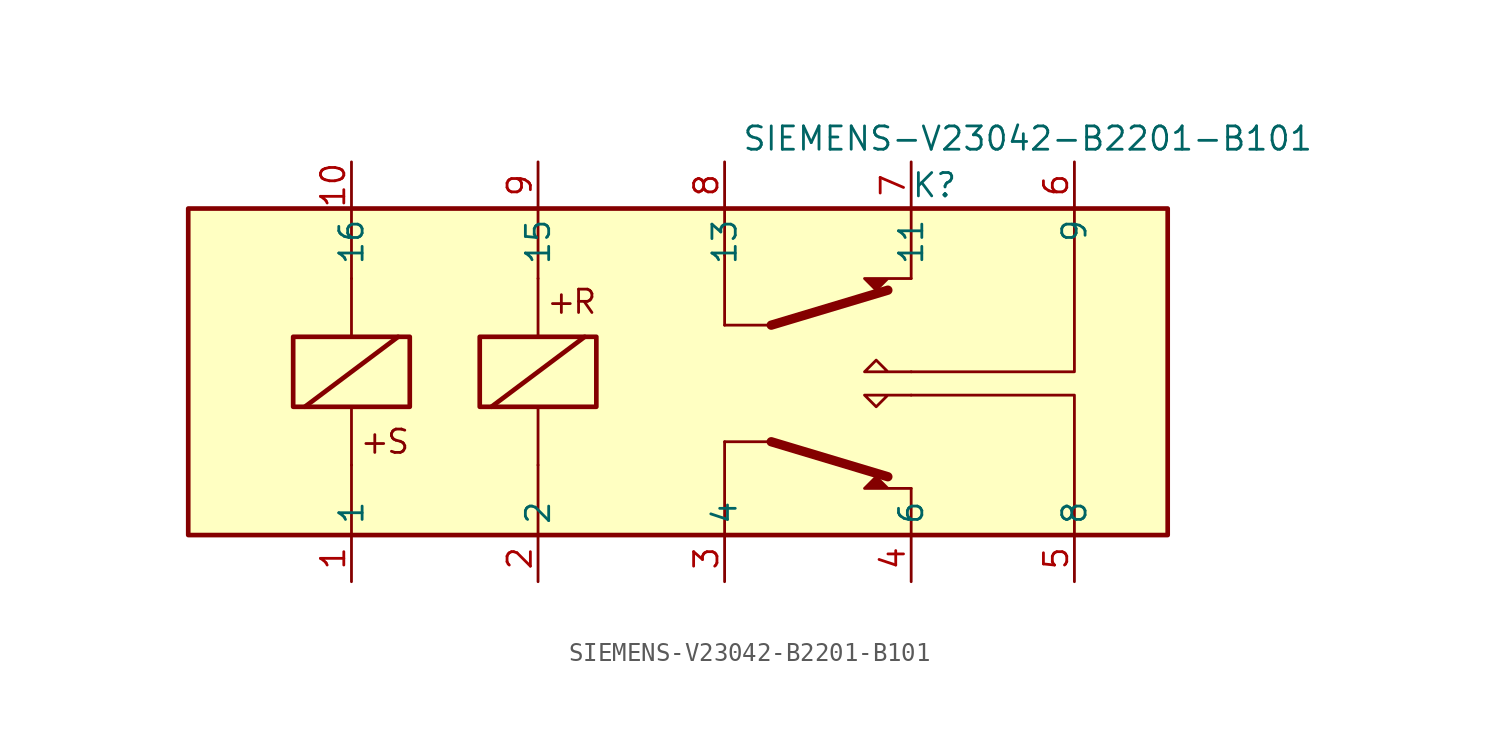
<source format=kicad_sym>
(kicad_symbol_lib
  (version 20211014)
  (generator kicad_symbol_editor)
  (symbol "SIEMENS-V23042-B2201-B101"
    (property "Reference" "K"
      (at 17.78 8.89 0)
      (effects (font (size 1.27 1.27))))
    (property "Value" "SIEMENS-V23042-B2201-B101"
      (at 22.86 11.43 0)
      (effects (font (size 1.27 1.27))))
    (symbol "SIEMENS-V23042-B2201-B101_0_1"
      (polyline (pts (xy -13.97 -6.35) (xy -13.97 -10.16)) (stroke (width 0.152) (type default) (color 0 0 0 0)) (fill (type none)))
      (polyline (pts (xy -13.97 3.81) (xy -13.97 7.62)) (stroke (width 0.152) (type default) (color 0 0 0 0)) (fill (type none)))
      (polyline (pts (xy -3.81 -6.35) (xy -3.81 -10.16)) (stroke (width 0.152) (type default) (color 0 0 0 0)) (fill (type none)))
      (polyline (pts (xy -3.81 3.81) (xy -3.81 7.62)) (stroke (width 0.152) (type default) (color 0 0 0 0)) (fill (type none)))
      (polyline (pts (xy 6.35 -5.08) (xy 6.35 -10.16)) (stroke (width 0.152) (type default) (color 0 0 0 0)) (fill (type none)))
      (polyline (pts (xy 6.35 1.27) (xy 6.35 5.08)) (stroke (width 0.152) (type default) (color 0 0 0 0)) (fill (type none)))
      (polyline (pts (xy 6.35 5.08) (xy 6.35 7.62)) (stroke (width 0.152) (type default) (color 0 0 0 0)) (fill (type none)))
      (polyline (pts (xy 16.51 -7.62) (xy 16.51 -10.16)) (stroke (width 0.152) (type default) (color 0 0 0 0)) (fill (type none)))
      (polyline (pts (xy 16.51 3.81) (xy 16.51 7.62)) (stroke (width 0.152) (type default) (color 0 0 0 0)) (fill (type none)))
      (polyline (pts (xy 16.51 -1.27) (xy 25.4 -1.27) (xy 25.4 7.62)) (stroke (width 0.152) (type default) (color 0 0 0 0)) (fill (type none)))
      (polyline (pts (xy 25.4 -10.16) (xy 25.4 -2.54) (xy 16.51 -2.54)) (stroke (width 0.152) (type default) (color 0 0 0 0)) (fill (type none))))
    (symbol "SIEMENS-V23042-B2201-B101_1_1"
      (rectangle (start -22.86 7.62) (end 30.48 -10.16) (stroke (width 0.254) (type default) (color 0 0 0 0)) (fill (type background)))
      (rectangle (start -17.145 0.635) (end -10.795 -3.175) (stroke (width 0.254) (type default) (color 0 0 0 0)) (fill (type none)))
      (rectangle (start -6.985 0.635) (end -0.635 -3.175) (stroke (width 0.254) (type default) (color 0 0 0 0)) (fill (type none)))
      (polyline (pts (xy -16.51 -3.175) (xy -11.43 0.635)) (stroke (width 0.254) (type default) (color 0 0 0 0)) (fill (type none)))
      (polyline (pts (xy -13.97 -6.35) (xy -13.97 -3.175)) (stroke (width 0) (type default) (color 0 0 0 0)) (fill (type none)))
      (polyline (pts (xy -13.97 3.81) (xy -13.97 0.635)) (stroke (width 0) (type default) (color 0 0 0 0)) (fill (type none)))
      (polyline (pts (xy -6.35 -3.175) (xy -1.27 0.635)) (stroke (width 0.254) (type default) (color 0 0 0 0)) (fill (type none)))
      (polyline (pts (xy -3.81 -6.35) (xy -3.81 -3.175)) (stroke (width 0) (type default) (color 0 0 0 0)) (fill (type none)))
      (polyline (pts (xy -3.81 3.81) (xy -3.81 0.635)) (stroke (width 0) (type default) (color 0 0 0 0)) (fill (type none)))
      (polyline (pts (xy 8.89 -5.08) (xy 6.35 -5.08)) (stroke (width 0) (type default) (color 0 0 0 0)) (fill (type none)))
      (polyline (pts (xy 8.89 -5.08) (xy 15.24 -6.985)) (stroke (width 0.508) (type default) (color 0 0 0 0)) (fill (type none)))
      (polyline (pts (xy 8.89 1.27) (xy 6.35 1.27)) (stroke (width 0) (type default) (color 0 0 0 0)) (fill (type none)))
      (polyline (pts (xy 8.89 1.27) (xy 15.24 3.175)) (stroke (width 0.508) (type default) (color 0 0 0 0)) (fill (type none)))
      (polyline (pts (xy 16.51 -7.62) (xy 13.97 -7.62) (xy 14.605 -6.985) (xy 15.24 -7.62)) (stroke (width 0) (type default) (color 0 0 0 0)) (fill (type outline)))
      (polyline (pts (xy 16.51 -2.54) (xy 13.97 -2.54) (xy 14.605 -3.175) (xy 15.24 -2.54)) (stroke (width 0) (type default) (color 0 0 0 0)) (fill (type none)))
      (polyline (pts (xy 16.51 -1.27) (xy 13.97 -1.27) (xy 14.605 -0.635) (xy 15.24 -1.27)) (stroke (width 0) (type default) (color 0 0 0 0)) (fill (type none)))
      (polyline (pts (xy 16.51 3.81) (xy 13.97 3.81) (xy 14.605 3.175) (xy 15.24 3.81)) (stroke (width 0) (type default) (color 0 0 0 0)) (fill (type outline)))
      (text "+" (at -12.7 -5.08 0) (effects (font (size 1.27 1.27))))
      (text "+" (at -2.54 2.54 0) (effects (font (size 1.27 1.27))))
      (text "R" (at -1.27 2.54 0) (effects (font (size 1.27 1.27))))
      (text "S" (at -11.43 -5.08 0) (effects (font (size 1.27 1.27))))
      (pin passive line (at -13.97 -12.7 90) (length 2.54) (name "1" (effects (font (size 1.27 1.27)))) (number "1" (effects (font (size 1.27 1.27)))))
      (pin passive line (at -13.97 10.16 270) (length 2.54) (name "16" (effects (font (size 1.27 1.27)))) (number "10" (effects (font (size 1.27 1.27)))))
      (pin passive line (at -3.81 -12.7 90) (length 2.54) (name "2" (effects (font (size 1.27 1.27)))) (number "2" (effects (font (size 1.27 1.27)))))
      (pin passive line (at 6.35 -12.7 90) (length 2.54) (name "4" (effects (font (size 1.27 1.27)))) (number "3" (effects (font (size 1.27 1.27)))))
      (pin passive line (at 16.51 -12.7 90) (length 2.54) (name "6" (effects (font (size 1.27 1.27)))) (number "4" (effects (font (size 1.27 1.27)))))
      (pin passive line (at 25.4 -12.7 90) (length 2.54) (name "8" (effects (font (size 1.27 1.27)))) (number "5" (effects (font (size 1.27 1.27)))))
      (pin passive line (at 25.4 10.16 270) (length 2.54) (name "9" (effects (font (size 1.27 1.27)))) (number "6" (effects (font (size 1.27 1.27)))))
      (pin passive line (at 16.51 10.16 270) (length 2.54) (name "11" (effects (font (size 1.27 1.27)))) (number "7" (effects (font (size 1.27 1.27)))))
      (pin passive line (at 6.35 10.16 270) (length 2.54) (name "13" (effects (font (size 1.27 1.27)))) (number "8" (effects (font (size 1.27 1.27)))))
      (pin passive line (at -3.81 10.16 270) (length 2.54) (name "15" (effects (font (size 1.27 1.27)))) (number "9" (effects (font (size 1.27 1.27))))))))
</source>
